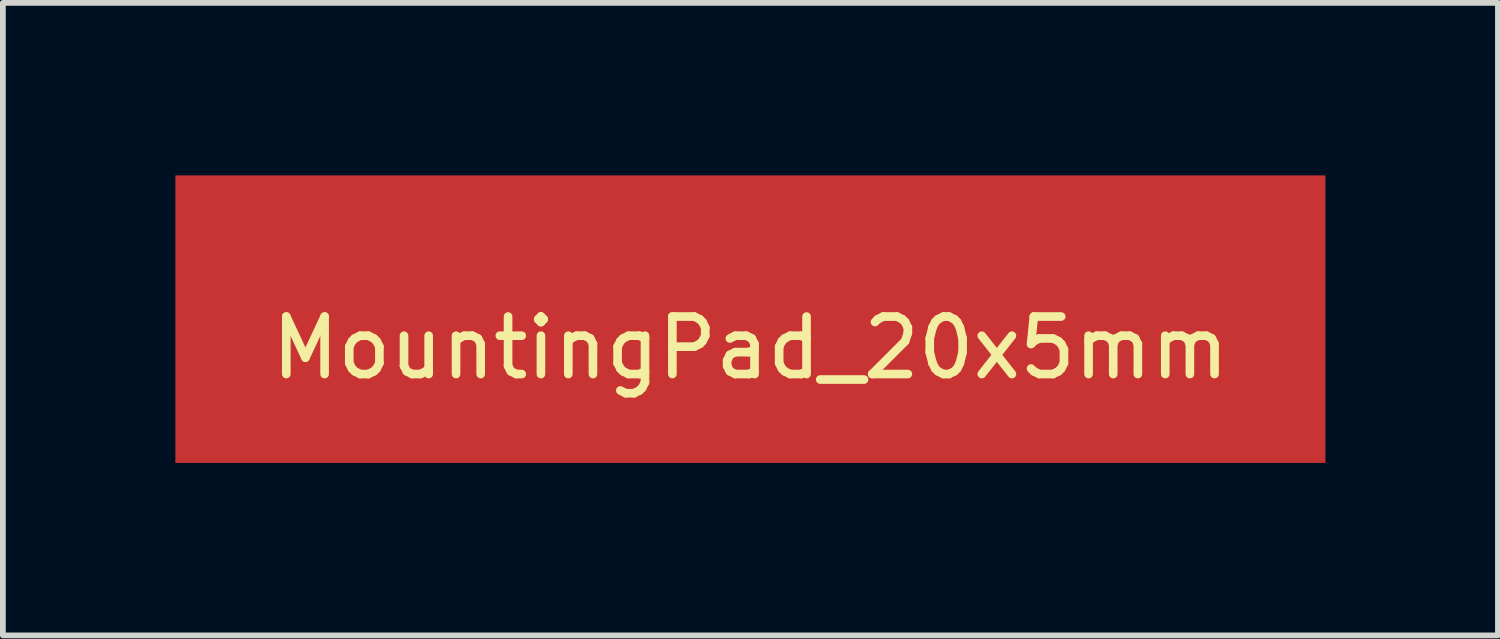
<source format=kicad_pcb>
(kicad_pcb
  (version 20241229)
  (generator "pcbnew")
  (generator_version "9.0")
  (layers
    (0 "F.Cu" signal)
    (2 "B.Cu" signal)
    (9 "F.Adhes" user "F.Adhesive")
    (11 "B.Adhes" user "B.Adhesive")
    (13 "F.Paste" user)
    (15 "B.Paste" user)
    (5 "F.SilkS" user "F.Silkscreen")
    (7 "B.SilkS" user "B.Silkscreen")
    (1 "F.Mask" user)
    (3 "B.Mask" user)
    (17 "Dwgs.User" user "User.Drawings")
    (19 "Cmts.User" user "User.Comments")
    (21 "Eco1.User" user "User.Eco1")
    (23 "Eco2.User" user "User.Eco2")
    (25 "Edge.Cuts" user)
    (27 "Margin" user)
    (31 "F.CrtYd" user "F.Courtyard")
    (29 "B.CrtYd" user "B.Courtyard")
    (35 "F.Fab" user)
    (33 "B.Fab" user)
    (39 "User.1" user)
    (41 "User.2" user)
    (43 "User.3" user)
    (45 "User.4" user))
  (footprint "MountingPad_20x5mm"
    (layer "F.Cu")
    (at 10 2.5)
    (property "Reference" "MountingPad_20x5mm" (at 0 0.5 0) (layer "F.SilkS") (effects (font (size 1 1) (thickness 0.15))))
    (attr through_hole)
    (pad "1" smd rect (at 0 0) (size 20 5) (layers "F.Cu" "F.Mask" "F.Paste")))
  (gr_rect
    (start -3 -3)
    (end 23 8)
    (stroke (width 0.1) (type default))
    (fill no)
    (layer "Edge.Cuts")))
</source>
